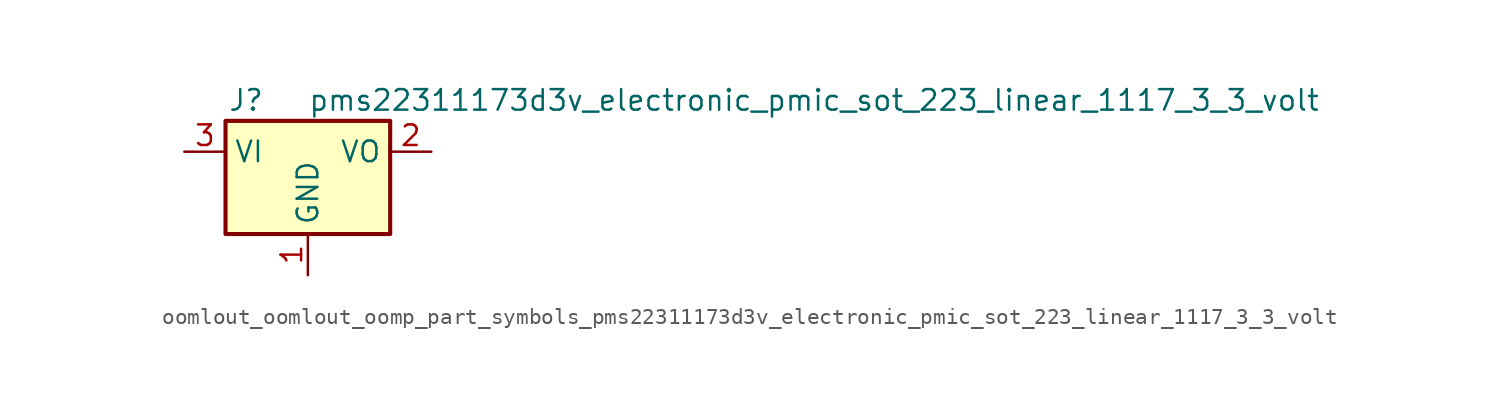
<source format=kicad_sym>
(kicad_symbol_lib
  (version 20220914)
  (generator kicad_symbol_editor)
  (symbol "oomlout_oomlout_oomp_part_symbols_pms22311173d3v_electronic_pmic_sot_223_linear_1117_3_3_volt"
    (property "Reference" "J"
      (at -3.81 3.175 0)
      (effects (font (size 1.27 1.27))))
    (property "Value" "pms22311173d3v_electronic_pmic_sot_223_linear_1117_3_3_volt"
      (at 0 3.175 0)
      (effects (font (size 1.27 1.27)) (justify left)))
    (symbol "oomlout_oomlout_oomp_part_symbols_pms22311173d3v_electronic_pmic_sot_223_linear_1117_3_3_volt_0_1"
      (rectangle (start -5.08 -5.08) (end 5.08 1.905) (stroke (width 0.254) (type default)) (fill (type background))))
    (symbol "oomlout_oomlout_oomp_part_symbols_pms22311173d3v_electronic_pmic_sot_223_linear_1117_3_3_volt_1_1"
      (pin power_in line (at 0 -7.62 90) (length 2.54) (name "GND" (effects (font (size 1.27 1.27)))) (number "1" (effects (font (size 1.27 1.27)))))
      (pin power_out line (at 7.62 0 180) (length 2.54) (name "VO" (effects (font (size 1.27 1.27)))) (number "2" (effects (font (size 1.27 1.27)))))
      (pin power_in line (at -7.62 0 0) (length 2.54) (name "VI" (effects (font (size 1.27 1.27)))) (number "3" (effects (font (size 1.27 1.27))))))))
</source>
